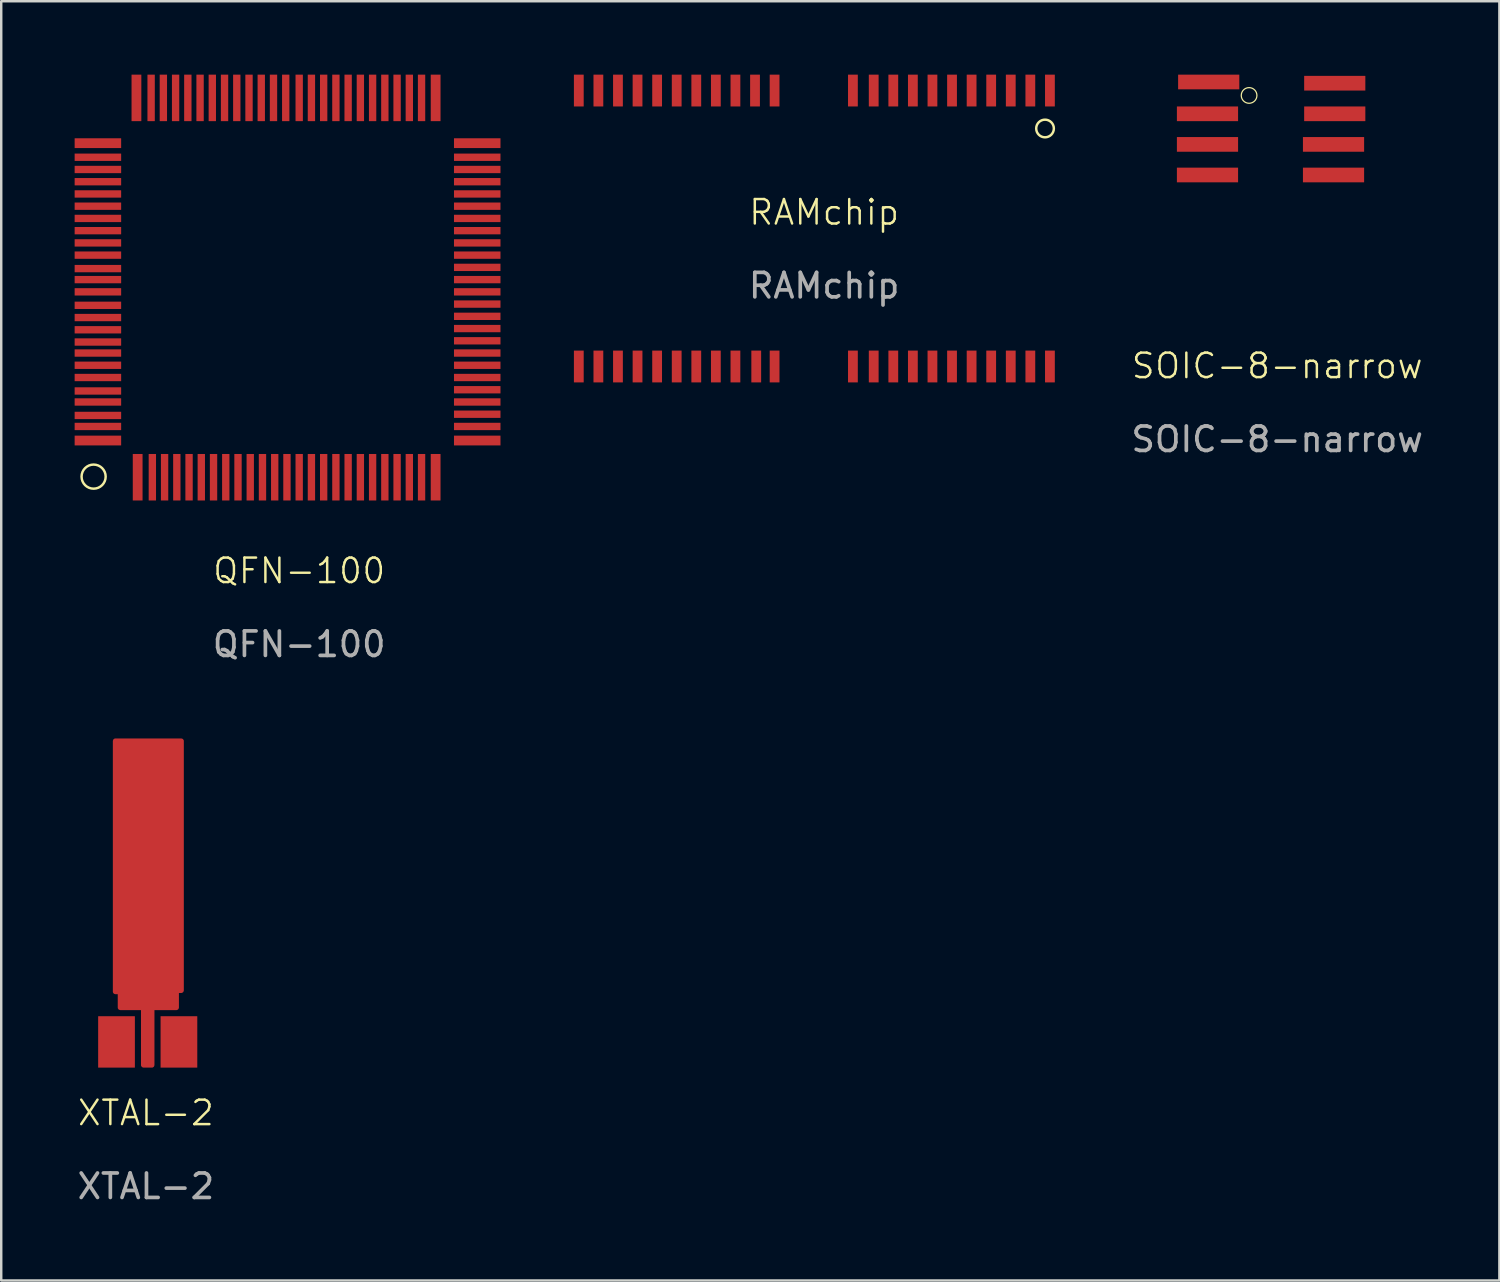
<source format=kicad_pcb>
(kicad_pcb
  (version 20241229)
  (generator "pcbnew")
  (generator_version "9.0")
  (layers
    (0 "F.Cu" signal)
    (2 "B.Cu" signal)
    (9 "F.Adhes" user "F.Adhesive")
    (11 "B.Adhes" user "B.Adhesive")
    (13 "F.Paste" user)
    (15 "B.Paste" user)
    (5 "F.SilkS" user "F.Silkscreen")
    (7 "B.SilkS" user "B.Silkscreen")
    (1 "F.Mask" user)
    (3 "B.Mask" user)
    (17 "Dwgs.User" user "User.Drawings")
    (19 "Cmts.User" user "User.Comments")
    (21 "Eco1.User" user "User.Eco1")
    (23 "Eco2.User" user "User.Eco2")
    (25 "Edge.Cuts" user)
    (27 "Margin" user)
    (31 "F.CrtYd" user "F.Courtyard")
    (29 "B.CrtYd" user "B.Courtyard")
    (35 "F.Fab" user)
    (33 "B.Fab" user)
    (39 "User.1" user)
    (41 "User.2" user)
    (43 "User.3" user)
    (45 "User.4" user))
  (footprint "SOIC-8-narrow"
    (layer "F.Cu")
    (at 49.138 2.1)
    (property "Reference" "SOIC-8-narrow" (at 0 9.8 0) (unlocked yes) (layer "F.SilkS") (effects (font (size 1 1) (thickness 0.1))))
    (attr smd)
    (fp_circle (center -1.15 -1.25) (end -0.83 -1.25) (stroke (width 0.05) (type default)) (fill no) (layer "F.SilkS"))
    (fp_text user "${REFERENCE}" (at 0 12.8 0) (unlocked yes) (layer "F.Fab") (effects (font (size 1 1) (thickness 0.15))))
    (pad "1" smd rect (at -2.8 -1.8) (size 2.5 0.6) (layers "F.Cu" "F.Mask" "F.Paste"))
    (pad "2" smd rect (at -2.85 -0.5) (size 2.5 0.6) (layers "F.Cu" "F.Mask" "F.Paste"))
    (pad "3" smd rect (at -2.85 0.75) (size 2.5 0.6) (layers "F.Cu" "F.Mask" "F.Paste"))
    (pad "4" smd rect (at -2.85 2) (size 2.5 0.6) (layers "F.Cu" "F.Mask" "F.Paste"))
    (pad "5" smd rect (at 2.3 2) (size 2.5 0.6) (layers "F.Cu" "F.Mask" "F.Paste"))
    (pad "6" smd rect (at 2.3 0.75) (size 2.5 0.6) (layers "F.Cu" "F.Mask" "F.Paste"))
    (pad "7" smd rect (at 2.35 -0.5) (size 2.5 0.6) (layers "F.Cu" "F.Mask" "F.Paste"))
    (pad "8" smd rect (at 2.35 -1.75) (size 2.5 0.6) (layers "F.Cu" "F.Mask" "F.Paste")))
  (footprint "QFN-100"
    (layer "F.Cu")
    (at 9.175 8.875)
    (property "Reference" "QFN-100" (at 0 11.4 0) (unlocked yes) (layer "F.SilkS") (effects (font (size 1 1) (thickness 0.1))))
    (attr smd)
    (fp_circle (center -8.4 7.55) (end -8.2 7.1) (stroke (width 0.1) (type default)) (fill no) (layer "F.SilkS"))
    (fp_text user "${REFERENCE}" (at 0 14.4 0) (unlocked yes) (layer "F.Fab") (effects (font (size 1 1) (thickness 0.15))))
    (pad "1" smd rect (at -6.6 7.575 90) (size 1.9 0.4) (layers "F.Cu" "F.Mask" "F.Paste"))
    (pad "2" smd rect (at -6 7.575 90) (size 1.9 0.3) (layers "F.Cu" "F.Mask" "F.Paste"))
    (pad "3" smd rect (at -5.5 7.575 90) (size 1.9 0.3) (layers "F.Cu" "F.Mask" "F.Paste"))
    (pad "4" smd rect (at -5 7.575 90) (size 1.9 0.3) (layers "F.Cu" "F.Mask" "F.Paste"))
    (pad "5" smd rect (at -4.5 7.575 90) (size 1.9 0.3) (layers "F.Cu" "F.Mask" "F.Paste"))
    (pad "6" smd rect (at -4 7.575 90) (size 1.9 0.3) (layers "F.Cu" "F.Mask" "F.Paste"))
    (pad "7" smd rect (at -3.5 7.575 90) (size 1.9 0.3) (layers "F.Cu" "F.Mask" "F.Paste"))
    (pad "8" smd rect (at -3 7.575 90) (size 1.9 0.3) (layers "F.Cu" "F.Mask" "F.Paste"))
    (pad "9" smd rect (at -2.5 7.575 90) (size 1.9 0.3) (layers "F.Cu" "F.Mask" "F.Paste"))
    (pad "10" smd rect (at -2 7.575 90) (size 1.9 0.3) (layers "F.Cu" "F.Mask" "F.Paste"))
    (pad "11" smd rect (at -1.5 7.575 90) (size 1.9 0.3) (layers "F.Cu" "F.Mask" "F.Paste"))
    (pad "12" smd rect (at -1 7.575 90) (size 1.9 0.3) (layers "F.Cu" "F.Mask" "F.Paste"))
    (pad "13" smd rect (at -0.5 7.575 90) (size 1.9 0.3) (layers "F.Cu" "F.Mask" "F.Paste"))
    (pad "14" smd rect (at 0 7.575 90) (size 1.9 0.3) (layers "F.Cu" "F.Mask" "F.Paste"))
    (pad "15" smd rect (at 0.5 7.575 90) (size 1.9 0.3) (layers "F.Cu" "F.Mask" "F.Paste"))
    (pad "16" smd rect (at 1 7.575 90) (size 1.9 0.3) (layers "F.Cu" "F.Mask" "F.Paste"))
    (pad "17" smd rect (at 1.5 7.575 90) (size 1.9 0.3) (layers "F.Cu" "F.Mask" "F.Paste"))
    (pad "18" smd rect (at 2 7.575 90) (size 1.9 0.3) (layers "F.Cu" "F.Mask" "F.Paste"))
    (pad "19" smd rect (at 2.5 7.575 90) (size 1.9 0.3) (layers "F.Cu" "F.Mask" "F.Paste"))
    (pad "20" smd rect (at 3 7.575 90) (size 1.9 0.3) (layers "F.Cu" "F.Mask" "F.Paste"))
    (pad "21" smd rect (at 3.5 7.575 90) (size 1.9 0.3) (layers "F.Cu" "F.Mask" "F.Paste"))
    (pad "22" smd rect (at 4 7.575 90) (size 1.9 0.3) (layers "F.Cu" "F.Mask" "F.Paste"))
    (pad "23" smd rect (at 4.5 7.575 90) (size 1.9 0.3) (layers "F.Cu" "F.Mask" "F.Paste"))
    (pad "24" smd rect (at 5 7.575 90) (size 1.9 0.3) (layers "F.Cu" "F.Mask" "F.Paste"))
    (pad "25" smd rect (at 5.575 7.575 90) (size 1.9 0.4) (layers "F.Cu" "F.Mask" "F.Paste"))
    (pad "26" smd rect (at 7.275 6.075 180) (size 1.9 0.4) (layers "F.Cu" "F.Mask" "F.Paste"))
    (pad "27" smd rect (at 7.275 5.5 180) (size 1.9 0.3) (layers "F.Cu" "F.Mask" "F.Paste"))
    (pad "28" smd rect (at 7.275 5 180) (size 1.9 0.3) (layers "F.Cu" "F.Mask" "F.Paste"))
    (pad "29" smd rect (at 7.275 4.5 180) (size 1.9 0.3) (layers "F.Cu" "F.Mask" "F.Paste"))
    (pad "30" smd rect (at 7.275 4 180) (size 1.9 0.3) (layers "F.Cu" "F.Mask" "F.Paste"))
    (pad "31" smd rect (at 7.275 3.5 180) (size 1.9 0.3) (layers "F.Cu" "F.Mask" "F.Paste"))
    (pad "32" smd rect (at 7.275 3 180) (size 1.9 0.3) (layers "F.Cu" "F.Mask" "F.Paste"))
    (pad "33" smd rect (at 7.275 2.5 180) (size 1.9 0.3) (layers "F.Cu" "F.Mask" "F.Paste"))
    (pad "34" smd rect (at 7.275 2 180) (size 1.9 0.3) (layers "F.Cu" "F.Mask" "F.Paste"))
    (pad "35" smd rect (at 7.275 1.5 180) (size 1.9 0.3) (layers "F.Cu" "F.Mask" "F.Paste"))
    (pad "36" smd rect (at 7.275 1 180) (size 1.9 0.3) (layers "F.Cu" "F.Mask" "F.Paste"))
    (pad "37" smd rect (at 7.275 0.5 180) (size 1.9 0.3) (layers "F.Cu" "F.Mask" "F.Paste"))
    (pad "38" smd rect (at 7.275 0 180) (size 1.9 0.3) (layers "F.Cu" "F.Mask" "F.Paste"))
    (pad "39" smd rect (at 7.275 -0.5 180) (size 1.9 0.3) (layers "F.Cu" "F.Mask" "F.Paste"))
    (pad "40" smd rect (at 7.275 -1 180) (size 1.9 0.3) (layers "F.Cu" "F.Mask" "F.Paste"))
    (pad "41" smd rect (at 7.275 -1.5 180) (size 1.9 0.3) (layers "F.Cu" "F.Mask" "F.Paste"))
    (pad "42" smd rect (at 7.275 -2 180) (size 1.9 0.3) (layers "F.Cu" "F.Mask" "F.Paste"))
    (pad "43" smd rect (at 7.275 -2.5 180) (size 1.9 0.3) (layers "F.Cu" "F.Mask" "F.Paste"))
    (pad "44" smd rect (at 7.275 -3 180) (size 1.9 0.3) (layers "F.Cu" "F.Mask" "F.Paste"))
    (pad "45" smd rect (at 7.275 -3.5 180) (size 1.9 0.3) (layers "F.Cu" "F.Mask" "F.Paste"))
    (pad "46" smd rect (at 7.275 -4 180) (size 1.9 0.3) (layers "F.Cu" "F.Mask" "F.Paste"))
    (pad "47" smd rect (at 7.275 -4.5 180) (size 1.9 0.3) (layers "F.Cu" "F.Mask" "F.Paste"))
    (pad "48" smd rect (at 7.275 -5 180) (size 1.9 0.3) (layers "F.Cu" "F.Mask" "F.Paste"))
    (pad "49" smd rect (at 7.275 -5.5 180) (size 1.9 0.3) (layers "F.Cu" "F.Mask" "F.Paste"))
    (pad "50" smd rect (at 7.275 -6.075 180) (size 1.9 0.4) (layers "F.Cu" "F.Mask" "F.Paste"))
    (pad "51" smd rect (at 5.575 -7.925 270) (size 1.9 0.4) (layers "F.Cu" "F.Mask" "F.Paste"))
    (pad "52" smd rect (at 5 -7.925 270) (size 1.9 0.3) (layers "F.Cu" "F.Mask" "F.Paste"))
    (pad "53" smd rect (at 4.5 -7.925 270) (size 1.9 0.3) (layers "F.Cu" "F.Mask" "F.Paste"))
    (pad "54" smd rect (at 4 -7.925 270) (size 1.9 0.3) (layers "F.Cu" "F.Mask" "F.Paste"))
    (pad "55" smd rect (at 3.5 -7.925 270) (size 1.9 0.3) (layers "F.Cu" "F.Mask" "F.Paste"))
    (pad "56" smd rect (at 3 -7.925 270) (size 1.9 0.3) (layers "F.Cu" "F.Mask" "F.Paste"))
    (pad "57" smd rect (at 2.5 -7.925 270) (size 1.9 0.3) (layers "F.Cu" "F.Mask" "F.Paste"))
    (pad "58" smd rect (at 2 -7.925 270) (size 1.9 0.3) (layers "F.Cu" "F.Mask" "F.Paste"))
    (pad "59" smd rect (at 1.5 -7.925 270) (size 1.9 0.3) (layers "F.Cu" "F.Mask" "F.Paste"))
    (pad "60" smd rect (at 1 -7.925 270) (size 1.9 0.3) (layers "F.Cu" "F.Mask" "F.Paste"))
    (pad "61" smd rect (at 0.5 -7.925 270) (size 1.9 0.3) (layers "F.Cu" "F.Mask" "F.Paste"))
    (pad "62" smd rect (at 0 -7.925 270) (size 1.9 0.3) (layers "F.Cu" "F.Mask" "F.Paste"))
    (pad "63" smd rect (at -0.55 -7.925 270) (size 1.9 0.3) (layers "F.Cu" "F.Mask" "F.Paste"))
    (pad "64" smd rect (at -1.05 -7.925 270) (size 1.9 0.3) (layers "F.Cu" "F.Mask" "F.Paste"))
    (pad "65" smd rect (at -1.55 -7.925 270) (size 1.9 0.3) (layers "F.Cu" "F.Mask" "F.Paste"))
    (pad "66" smd rect (at -2.05 -7.925 270) (size 1.9 0.3) (layers "F.Cu" "F.Mask" "F.Paste"))
    (pad "67" smd rect (at -2.55 -7.925 270) (size 1.9 0.3) (layers "F.Cu" "F.Mask" "F.Paste"))
    (pad "68" smd rect (at -3.05 -7.925 270) (size 1.9 0.3) (layers "F.Cu" "F.Mask" "F.Paste"))
    (pad "69" smd rect (at -3.55 -7.925 270) (size 1.9 0.3) (layers "F.Cu" "F.Mask" "F.Paste"))
    (pad "70" smd rect (at -4.05 -7.925 270) (size 1.9 0.3) (layers "F.Cu" "F.Mask" "F.Paste"))
    (pad "71" smd rect (at -4.55 -7.925 270) (size 1.9 0.3) (layers "F.Cu" "F.Mask" "F.Paste"))
    (pad "72" smd rect (at -5.05 -7.925 270) (size 1.9 0.3) (layers "F.Cu" "F.Mask" "F.Paste"))
    (pad "73" smd rect (at -5.55 -7.925 270) (size 1.9 0.3) (layers "F.Cu" "F.Mask" "F.Paste"))
    (pad "74" smd rect (at -6.05 -7.925 270) (size 1.9 0.3) (layers "F.Cu" "F.Mask" "F.Paste"))
    (pad "75" smd rect (at -6.65 -7.925 270) (size 1.9 0.4) (layers "F.Cu" "F.Mask" "F.Paste"))
    (pad "76" smd rect (at -8.225 -6.075) (size 1.9 0.4) (layers "F.Cu" "F.Mask" "F.Paste"))
    (pad "77" smd rect (at -8.225 -5.5) (size 1.9 0.3) (layers "F.Cu" "F.Mask" "F.Paste"))
    (pad "78" smd rect (at -8.225 -5) (size 1.9 0.3) (layers "F.Cu" "F.Mask" "F.Paste"))
    (pad "79" smd rect (at -8.225 -4.5) (size 1.9 0.3) (layers "F.Cu" "F.Mask" "F.Paste"))
    (pad "80" smd rect (at -8.225 -4) (size 1.9 0.3) (layers "F.Cu" "F.Mask" "F.Paste"))
    (pad "81" smd rect (at -8.225 -3.5) (size 1.9 0.3) (layers "F.Cu" "F.Mask" "F.Paste"))
    (pad "82" smd rect (at -8.225 -3) (size 1.9 0.3) (layers "F.Cu" "F.Mask" "F.Paste"))
    (pad "83" smd rect (at -8.225 -2.5) (size 1.9 0.3) (layers "F.Cu" "F.Mask" "F.Paste"))
    (pad "84" smd rect (at -8.225 -2) (size 1.9 0.3) (layers "F.Cu" "F.Mask" "F.Paste"))
    (pad "85" smd rect (at -8.225 -1.5) (size 1.9 0.3) (layers "F.Cu" "F.Mask" "F.Paste"))
    (pad "86" smd rect (at -8.225 -0.95) (size 1.9 0.3) (layers "F.Cu" "F.Mask" "F.Paste"))
    (pad "87" smd rect (at -8.225 -0.5) (size 1.9 0.3) (layers "F.Cu" "F.Mask" "F.Paste"))
    (pad "88" smd rect (at -8.225 0) (size 1.9 0.3) (layers "F.Cu" "F.Mask" "F.Paste"))
    (pad "89" smd rect (at -8.225 0.55) (size 1.9 0.3) (layers "F.Cu" "F.Mask" "F.Paste"))
    (pad "90" smd rect (at -8.225 1.05) (size 1.9 0.3) (layers "F.Cu" "F.Mask" "F.Paste"))
    (pad "91" smd rect (at -8.225 1.55) (size 1.9 0.3) (layers "F.Cu" "F.Mask" "F.Paste"))
    (pad "92" smd rect (at -8.225 2.05) (size 1.9 0.3) (layers "F.Cu" "F.Mask" "F.Paste"))
    (pad "93" smd rect (at -8.225 2.5) (size 1.9 0.3) (layers "F.Cu" "F.Mask" "F.Paste"))
    (pad "94" smd rect (at -8.225 3) (size 1.9 0.3) (layers "F.Cu" "F.Mask" "F.Paste"))
    (pad "95" smd rect (at -8.225 3.5) (size 1.9 0.3) (layers "F.Cu" "F.Mask" "F.Paste"))
    (pad "96" smd rect (at -8.225 4.05) (size 1.9 0.3) (layers "F.Cu" "F.Mask" "F.Paste"))
    (pad "97" smd rect (at -8.225 4.5) (size 1.9 0.3) (layers "F.Cu" "F.Mask" "F.Paste"))
    (pad "98" smd rect (at -8.225 5.05) (size 1.9 0.3) (layers "F.Cu" "F.Mask" "F.Paste"))
    (pad "99" smd rect (at -8.225 5.5) (size 1.9 0.3) (layers "F.Cu" "F.Mask" "F.Paste"))
    (pad "100" smd rect (at -8.225 6.075) (size 1.9 0.4) (layers "F.Cu" "F.Mask" "F.Paste")))
  (footprint "RAMchip"
    (layer "F.Cu")
    (at 30.625 6.125)
    (property "Reference" "RAMchip" (at 0 -0.5 0) (unlocked yes) (layer "F.SilkS") (effects (font (size 1 1) (thickness 0.1))))
    (attr smd)
    (fp_circle (center 9.025 -3.925) (end 9.325 -3.725) (stroke (width 0.1) (type default)) (fill no) (layer "F.SilkS"))
    (fp_text user "${REFERENCE}" (at 0 2.5 0) (unlocked yes) (layer "F.Fab") (effects (font (size 1 1) (thickness 0.15))))
    (pad "1" smd rect (at 9.225 -5.475 270) (size 1.3 0.4) (layers "F.Cu" "F.Mask" "F.Paste"))
    (pad "2" smd rect (at 8.425 -5.475 270) (size 1.3 0.4) (layers "F.Cu" "F.Mask" "F.Paste"))
    (pad "3" smd rect (at 7.625 -5.475 270) (size 1.3 0.4) (layers "F.Cu" "F.Mask" "F.Paste"))
    (pad "4" smd rect (at 6.825 -5.475 270) (size 1.3 0.4) (layers "F.Cu" "F.Mask" "F.Paste"))
    (pad "5" smd rect (at 6.025 -5.475 270) (size 1.3 0.4) (layers "F.Cu" "F.Mask" "F.Paste"))
    (pad "6" smd rect (at 5.225 -5.475 270) (size 1.3 0.4) (layers "F.Cu" "F.Mask" "F.Paste"))
    (pad "7" smd rect (at 4.425 -5.475 270) (size 1.3 0.4) (layers "F.Cu" "F.Mask" "F.Paste"))
    (pad "8" smd rect (at 3.625 -5.475 270) (size 1.3 0.4) (layers "F.Cu" "F.Mask" "F.Paste"))
    (pad "9" smd rect (at 2.825 -5.475 270) (size 1.3 0.4) (layers "F.Cu" "F.Mask" "F.Paste"))
    (pad "10" smd rect (at 2.025 -5.475 270) (size 1.3 0.4) (layers "F.Cu" "F.Mask" "F.Paste"))
    (pad "11" smd rect (at 1.175 -5.475 270) (size 1.3 0.4) (layers "F.Cu" "F.Mask" "F.Paste"))
    (pad "12" smd rect (at -2.025 -5.475 270) (size 1.3 0.4) (layers "F.Cu" "F.Mask" "F.Paste"))
    (pad "13" smd rect (at -2.825 -5.475 270) (size 1.3 0.4) (layers "F.Cu" "F.Mask" "F.Paste"))
    (pad "14" smd rect (at -3.625 -5.475 270) (size 1.3 0.4) (layers "F.Cu" "F.Mask" "F.Paste"))
    (pad "15" smd rect (at -4.425 -5.475 270) (size 1.3 0.4) (layers "F.Cu" "F.Mask" "F.Paste"))
    (pad "16" smd rect (at -5.225 -5.475 270) (size 1.3 0.4) (layers "F.Cu" "F.Mask" "F.Paste"))
    (pad "17" smd rect (at -6.025 -5.475 270) (size 1.3 0.4) (layers "F.Cu" "F.Mask" "F.Paste"))
    (pad "18" smd rect (at -6.825 -5.475 270) (size 1.3 0.4) (layers "F.Cu" "F.Mask" "F.Paste"))
    (pad "19" smd rect (at -7.625 -5.475 270) (size 1.3 0.4) (layers "F.Cu" "F.Mask" "F.Paste"))
    (pad "20" smd rect (at -8.425 -5.475 270) (size 1.3 0.4) (layers "F.Cu" "F.Mask" "F.Paste"))
    (pad "21" smd rect (at -9.225 -5.475 270) (size 1.3 0.4) (layers "F.Cu" "F.Mask" "F.Paste"))
    (pad "22" smd rect (at -10.025 -5.475 270) (size 1.3 0.4) (layers "F.Cu" "F.Mask" "F.Paste"))
    (pad "23" smd rect (at -10.025 5.8 270) (size 1.3 0.4) (layers "F.Cu" "F.Mask" "F.Paste"))
    (pad "24" smd rect (at -9.225 5.8 270) (size 1.3 0.4) (layers "F.Cu" "F.Mask" "F.Paste"))
    (pad "25" smd rect (at -8.425 5.8 270) (size 1.3 0.4) (layers "F.Cu" "F.Mask" "F.Paste"))
    (pad "26" smd rect (at -7.625 5.8 270) (size 1.3 0.4) (layers "F.Cu" "F.Mask" "F.Paste"))
    (pad "27" smd rect (at -6.825 5.8 270) (size 1.3 0.4) (layers "F.Cu" "F.Mask" "F.Paste"))
    (pad "28" smd rect (at -6.025 5.8 270) (size 1.3 0.4) (layers "F.Cu" "F.Mask" "F.Paste"))
    (pad "29" smd rect (at -5.225 5.8 270) (size 1.3 0.4) (layers "F.Cu" "F.Mask" "F.Paste"))
    (pad "30" smd rect (at -4.425 5.8 270) (size 1.3 0.4) (layers "F.Cu" "F.Mask" "F.Paste"))
    (pad "31" smd rect (at -3.625 5.8 270) (size 1.3 0.4) (layers "F.Cu" "F.Mask" "F.Paste"))
    (pad "32" smd rect (at -2.775 5.8 270) (size 1.3 0.4) (layers "F.Cu" "F.Mask" "F.Paste"))
    (pad "33" smd rect (at -2.025 5.8 270) (size 1.3 0.4) (layers "F.Cu" "F.Mask" "F.Paste"))
    (pad "34" smd rect (at 1.175 5.8 270) (size 1.3 0.4) (layers "F.Cu" "F.Mask" "F.Paste"))
    (pad "35" smd rect (at 2.025 5.8 270) (size 1.3 0.4) (layers "F.Cu" "F.Mask" "F.Paste"))
    (pad "36" smd rect (at 2.825 5.8 270) (size 1.3 0.4) (layers "F.Cu" "F.Mask" "F.Paste"))
    (pad "37" smd rect (at 3.625 5.8 270) (size 1.3 0.4) (layers "F.Cu" "F.Mask" "F.Paste"))
    (pad "38" smd rect (at 4.425 5.8 270) (size 1.3 0.4) (layers "F.Cu" "F.Mask" "F.Paste"))
    (pad "39" smd rect (at 5.225 5.8 270) (size 1.3 0.4) (layers "F.Cu" "F.Mask" "F.Paste"))
    (pad "40" smd rect (at 6.025 5.8 270) (size 1.3 0.4) (layers "F.Cu" "F.Mask" "F.Paste"))
    (pad "41" smd rect (at 6.825 5.8 270) (size 1.3 0.4) (layers "F.Cu" "F.Mask" "F.Paste"))
    (pad "42" smd rect (at 7.625 5.8 270) (size 1.3 0.4) (layers "F.Cu" "F.Mask" "F.Paste"))
    (pad "43" smd rect (at 8.425 5.8 270) (size 1.3 0.4) (layers "F.Cu" "F.Mask" "F.Paste"))
    (pad "44" smd rect (at 9.225 5.8 270) (size 1.3 0.4) (layers "F.Cu" "F.Mask" "F.Paste")))
  (footprint "XTAL-2"
    (layer "F.Cu")
    (at 2.961 33.973)
    (property "Reference" "XTAL-2" (at -0.05 8.45 0) (unlocked yes) (layer "F.SilkS") (effects (font (size 1 1) (thickness 0.1))))
    (attr smd)
    (fp_text user "${REFERENCE}" (at -0.05 11.45 0) (unlocked yes) (layer "F.Fab") (effects (font (size 1 1) (thickness 0.15))))
    (pad "1" smd rect (at 1.3 5.55) (size 1.5 2.1) (layers "F.Cu" "F.Mask" "F.Paste"))
    (pad "2" smd rect (at -1.25 5.55) (size 1.5 2.1) (layers "F.Cu" "F.Mask" "F.Paste"))
    (pad "3" smd custom (at 0.05 0) (size 2.4 1.5) (layers "F.Cu") (options (anchor rect)) (primitives (gr_poly (pts (xy 0.15 6.5) (xy -0.2 6.5) (xy -0.2 4.15) (xy -1.15 4.15) (xy -1.15 3.5) (xy -1.35 3.5) (xy -1.35 -6.75) (xy 1.35 -6.75) (xy 1.35 3.45) (xy 1.15 3.45) (xy 1.15 4.15) (xy 0.15 4.15)) (width 0.2) (fill yes)))))
  (gr_rect
    (start -3 -3)
    (end 58.215 49.272)
    (stroke (width 0.1) (type default))
    (fill no)
    (layer "Edge.Cuts")))
</source>
